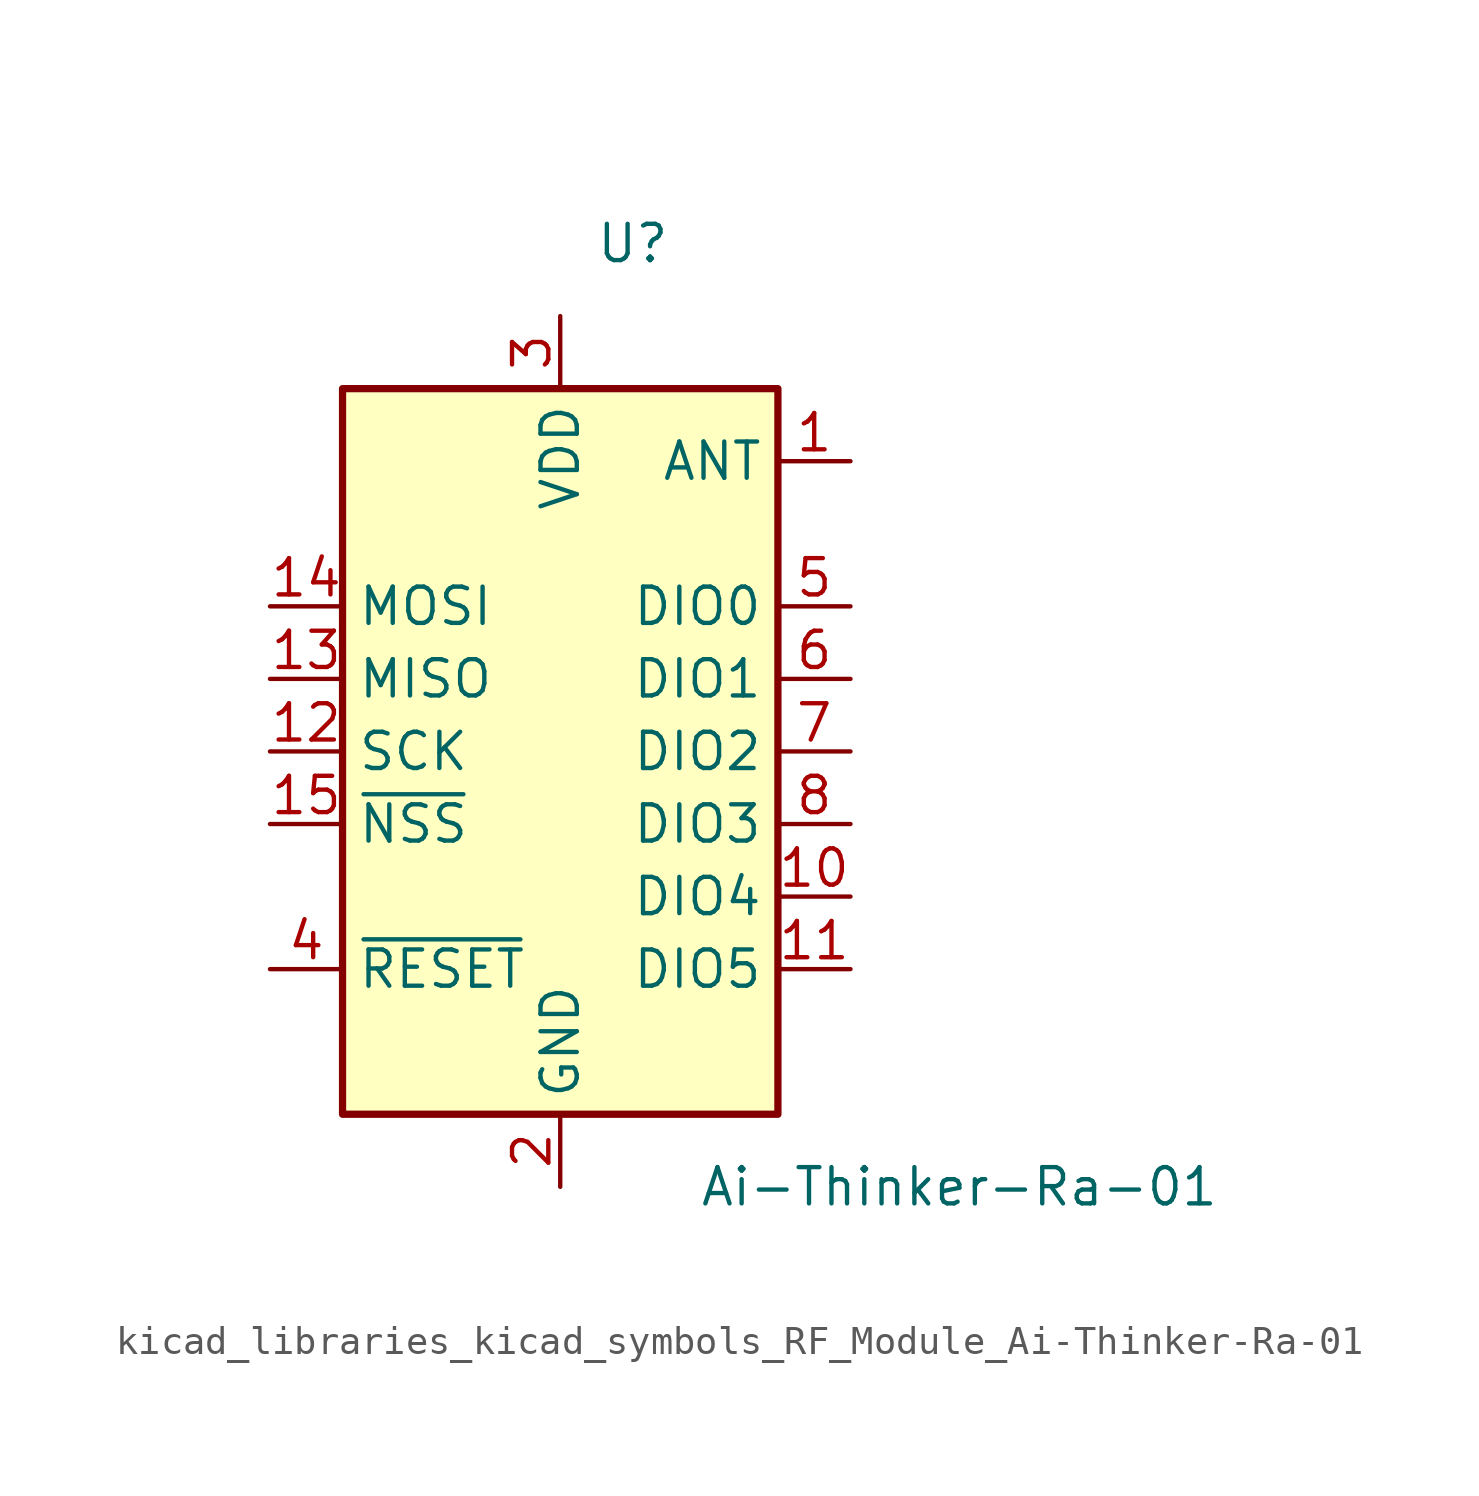
<source format=kicad_sym>
(kicad_symbol_lib
  (version 20220914)
  (generator kicad_symbol_editor)
  (symbol "kicad_libraries_kicad_symbols_RF_Module_Ai-Thinker-Ra-01"
    (property "Reference" "U"
      (at 2.54 17.78 0)
      (effects (font (size 1.27 1.27))))
    (property "Value" "Ai-Thinker-Ra-01"
      (at 13.97 -15.24 0)
      (effects (font (size 1.27 1.27))))
    (symbol "kicad_libraries_kicad_symbols_RF_Module_Ai-Thinker-Ra-01_0_1"
      (rectangle (start -7.62 12.7) (end 7.62 -12.7) (stroke (width 0.254) (type default)) (fill (type background))))
    (symbol "kicad_libraries_kicad_symbols_RF_Module_Ai-Thinker-Ra-01_1_1"
      (pin passive line (at 10.16 10.16 180) (length 2.54) (name "ANT" (effects (font (size 1.27 1.27)))) (number "1" (effects (font (size 1.27 1.27)))))
      (pin bidirectional line (at 10.16 -5.08 180) (length 2.54) (name "DIO4" (effects (font (size 1.27 1.27)))) (number "10" (effects (font (size 1.27 1.27)))))
      (pin bidirectional line (at 10.16 -7.62 180) (length 2.54) (name "DIO5" (effects (font (size 1.27 1.27)))) (number "11" (effects (font (size 1.27 1.27)))))
      (pin input line (at -10.16 0 0) (length 2.54) (name "SCK" (effects (font (size 1.27 1.27)))) (number "12" (effects (font (size 1.27 1.27)))))
      (pin output line (at -10.16 2.54 0) (length 2.54) (name "MISO" (effects (font (size 1.27 1.27)))) (number "13" (effects (font (size 1.27 1.27)))))
      (pin input line (at -10.16 5.08 0) (length 2.54) (name "MOSI" (effects (font (size 1.27 1.27)))) (number "14" (effects (font (size 1.27 1.27)))))
      (pin input line (at -10.16 -2.54 0) (length 2.54) (name "~{NSS}" (effects (font (size 1.27 1.27)))) (number "15" (effects (font (size 1.27 1.27)))))
      (pin passive line (at 0 -15.24 90) (length 2.54) hide (name "GND" (effects (font (size 1.27 1.27)))) (number "16" (effects (font (size 1.27 1.27)))))
      (pin power_in line (at 0 -15.24 90) (length 2.54) (name "GND" (effects (font (size 1.27 1.27)))) (number "2" (effects (font (size 1.27 1.27)))))
      (pin power_in line (at 0 15.24 270) (length 2.54) (name "VDD" (effects (font (size 1.27 1.27)))) (number "3" (effects (font (size 1.27 1.27)))))
      (pin input line (at -10.16 -7.62 0) (length 2.54) (name "~{RESET}" (effects (font (size 1.27 1.27)))) (number "4" (effects (font (size 1.27 1.27)))))
      (pin bidirectional line (at 10.16 5.08 180) (length 2.54) (name "DIO0" (effects (font (size 1.27 1.27)))) (number "5" (effects (font (size 1.27 1.27)))))
      (pin bidirectional line (at 10.16 2.54 180) (length 2.54) (name "DIO1" (effects (font (size 1.27 1.27)))) (number "6" (effects (font (size 1.27 1.27)))))
      (pin bidirectional line (at 10.16 0 180) (length 2.54) (name "DIO2" (effects (font (size 1.27 1.27)))) (number "7" (effects (font (size 1.27 1.27)))))
      (pin bidirectional line (at 10.16 -2.54 180) (length 2.54) (name "DIO3" (effects (font (size 1.27 1.27)))) (number "8" (effects (font (size 1.27 1.27)))))
      (pin passive line (at 0 -15.24 90) (length 2.54) hide (name "GND" (effects (font (size 1.27 1.27)))) (number "9" (effects (font (size 1.27 1.27))))))))
</source>
